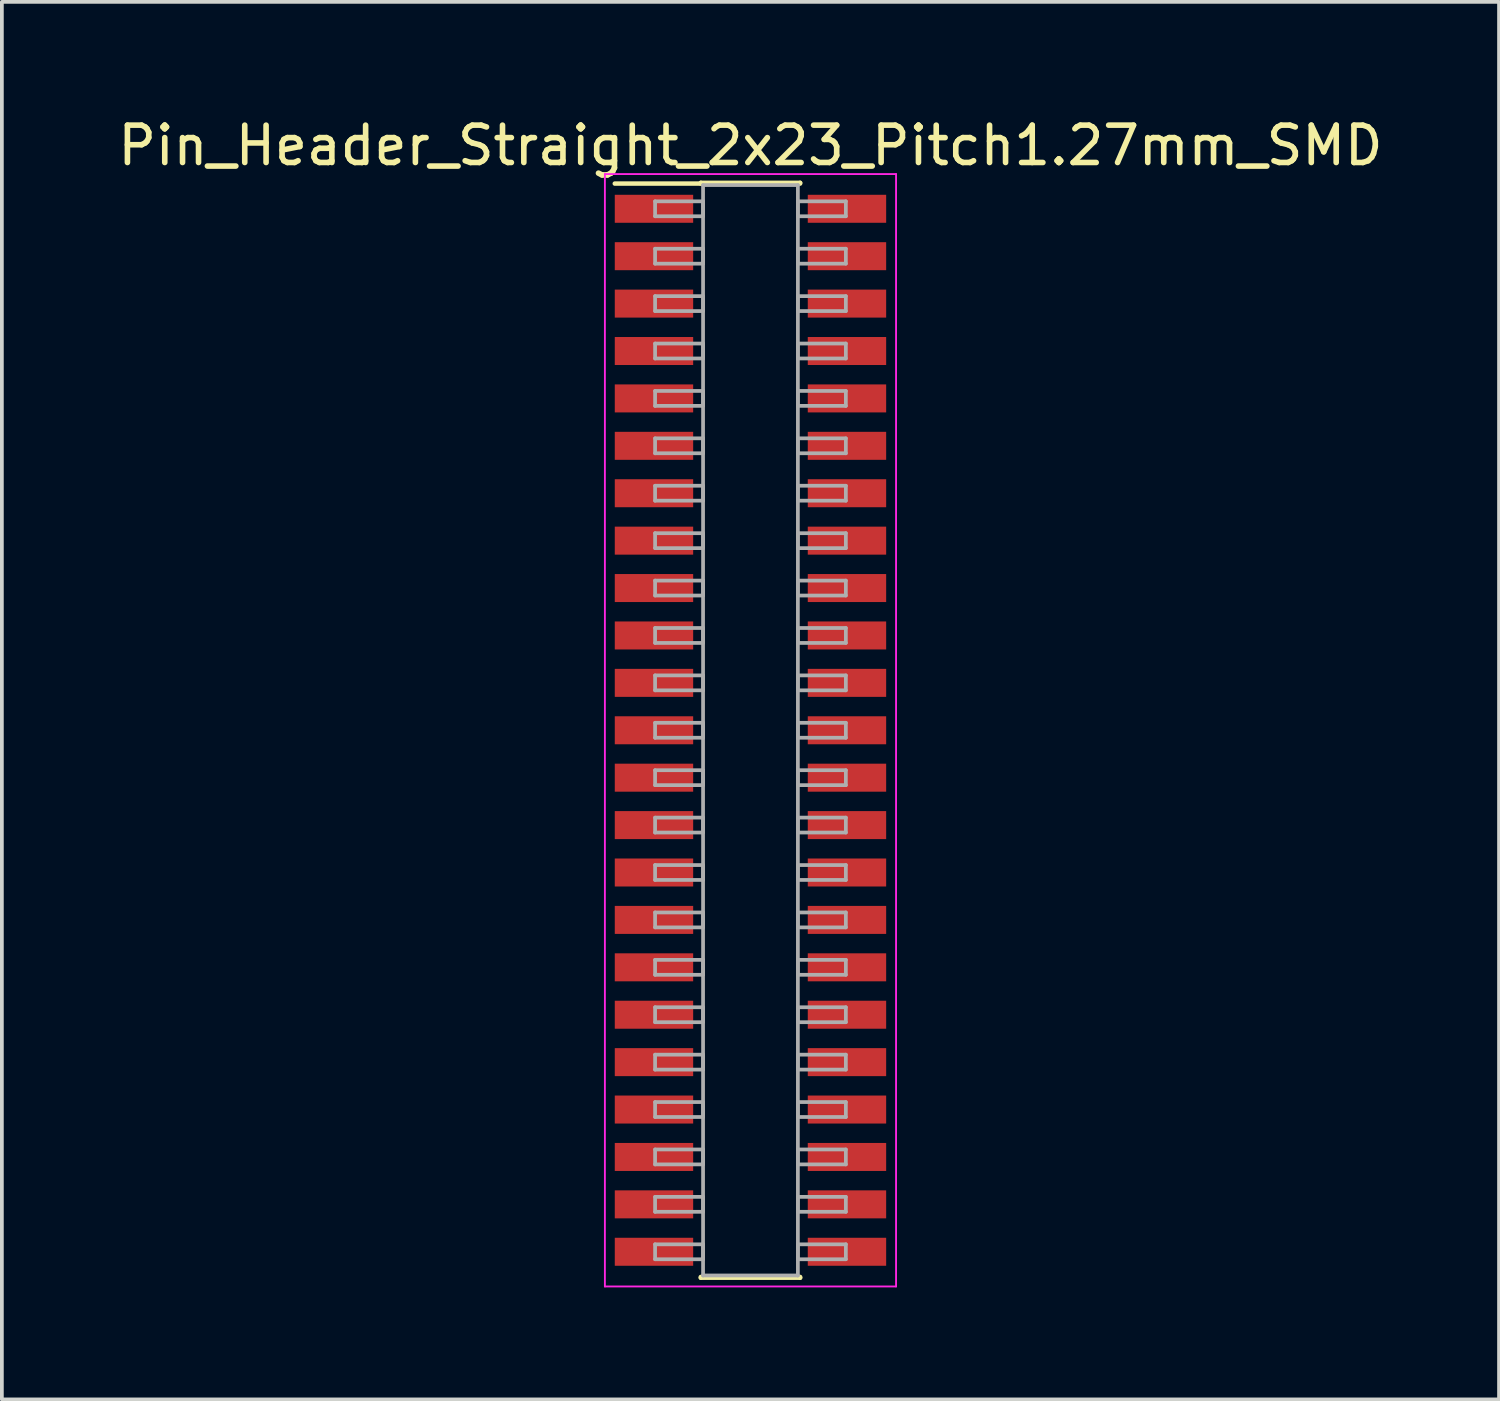
<source format=kicad_pcb>
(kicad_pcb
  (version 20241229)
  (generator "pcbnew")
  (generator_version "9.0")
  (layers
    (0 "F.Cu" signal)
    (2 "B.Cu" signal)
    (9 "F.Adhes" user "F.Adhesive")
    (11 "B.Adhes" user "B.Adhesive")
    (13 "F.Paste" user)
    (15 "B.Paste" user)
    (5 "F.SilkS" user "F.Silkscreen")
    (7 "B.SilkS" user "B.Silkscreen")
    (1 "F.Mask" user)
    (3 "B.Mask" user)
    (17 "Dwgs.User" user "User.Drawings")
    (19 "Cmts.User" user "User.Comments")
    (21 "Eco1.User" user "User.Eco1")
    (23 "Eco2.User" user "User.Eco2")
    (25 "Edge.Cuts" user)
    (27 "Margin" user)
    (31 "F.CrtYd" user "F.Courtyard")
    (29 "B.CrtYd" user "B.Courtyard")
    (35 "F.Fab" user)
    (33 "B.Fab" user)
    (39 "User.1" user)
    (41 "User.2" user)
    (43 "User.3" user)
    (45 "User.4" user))
  (footprint "Pin_Header_Straight_2x23_Pitch1.27mm_SMD"
    (layer "F.Cu")
    (at 17.054 16.513)
    (property "Reference" "Pin_Header_Straight_2x23_Pitch1.27mm_SMD" (at 0 -15.665 0) (layer "F.SilkS") (effects (font (size 1 1) (thickness 0.15))))
    (attr smd)
    (fp_line (start -3.635 -14.645) (end -1.33 -14.645) (stroke (width 0.12) (type solid)) (layer "F.SilkS"))
    (fp_line (start -1.33 -14.665) (end 1.33 -14.665) (stroke (width 0.12) (type solid)) (layer "F.SilkS"))
    (fp_line (start -1.33 -14.645) (end -1.33 -14.665) (stroke (width 0.12) (type solid)) (layer "F.SilkS"))
    (fp_line (start -1.33 14.645) (end -1.33 14.665) (stroke (width 0.12) (type solid)) (layer "F.SilkS"))
    (fp_line (start -1.33 14.665) (end 1.33 14.665) (stroke (width 0.12) (type solid)) (layer "F.SilkS"))
    (fp_line (start 1.33 -14.665) (end 1.33 -14.645) (stroke (width 0.12) (type solid)) (layer "F.SilkS"))
    (fp_line (start 1.33 14.665) (end 1.33 14.645) (stroke (width 0.12) (type solid)) (layer "F.SilkS"))
    (fp_line (start -3.9 -14.9) (end -3.9 14.9) (stroke (width 0.05) (type solid)) (layer "F.CrtYd"))
    (fp_line (start -3.9 14.9) (end 3.9 14.9) (stroke (width 0.05) (type solid)) (layer "F.CrtYd"))
    (fp_line (start 3.9 -14.9) (end -3.9 -14.9) (stroke (width 0.05) (type solid)) (layer "F.CrtYd"))
    (fp_line (start 3.9 14.9) (end 3.9 -14.9) (stroke (width 0.05) (type solid)) (layer "F.CrtYd"))
    (fp_line (start -2.555 -14.17) (end -1.27 -14.17) (stroke (width 0.1) (type solid)) (layer "F.Fab"))
    (fp_line (start -2.555 -13.77) (end -2.555 -14.17) (stroke (width 0.1) (type solid)) (layer "F.Fab"))
    (fp_line (start -2.555 -12.9) (end -1.27 -12.9) (stroke (width 0.1) (type solid)) (layer "F.Fab"))
    (fp_line (start -2.555 -12.5) (end -2.555 -12.9) (stroke (width 0.1) (type solid)) (layer "F.Fab"))
    (fp_line (start -2.555 -11.63) (end -1.27 -11.63) (stroke (width 0.1) (type solid)) (layer "F.Fab"))
    (fp_line (start -2.555 -11.23) (end -2.555 -11.63) (stroke (width 0.1) (type solid)) (layer "F.Fab"))
    (fp_line (start -2.555 -10.36) (end -1.27 -10.36) (stroke (width 0.1) (type solid)) (layer "F.Fab"))
    (fp_line (start -2.555 -9.96) (end -2.555 -10.36) (stroke (width 0.1) (type solid)) (layer "F.Fab"))
    (fp_line (start -2.555 -9.09) (end -1.27 -9.09) (stroke (width 0.1) (type solid)) (layer "F.Fab"))
    (fp_line (start -2.555 -8.69) (end -2.555 -9.09) (stroke (width 0.1) (type solid)) (layer "F.Fab"))
    (fp_line (start -2.555 -7.82) (end -1.27 -7.82) (stroke (width 0.1) (type solid)) (layer "F.Fab"))
    (fp_line (start -2.555 -7.42) (end -2.555 -7.82) (stroke (width 0.1) (type solid)) (layer "F.Fab"))
    (fp_line (start -2.555 -6.55) (end -1.27 -6.55) (stroke (width 0.1) (type solid)) (layer "F.Fab"))
    (fp_line (start -2.555 -6.15) (end -2.555 -6.55) (stroke (width 0.1) (type solid)) (layer "F.Fab"))
    (fp_line (start -2.555 -5.28) (end -1.27 -5.28) (stroke (width 0.1) (type solid)) (layer "F.Fab"))
    (fp_line (start -2.555 -4.88) (end -2.555 -5.28) (stroke (width 0.1) (type solid)) (layer "F.Fab"))
    (fp_line (start -2.555 -4.01) (end -1.27 -4.01) (stroke (width 0.1) (type solid)) (layer "F.Fab"))
    (fp_line (start -2.555 -3.61) (end -2.555 -4.01) (stroke (width 0.1) (type solid)) (layer "F.Fab"))
    (fp_line (start -2.555 -2.74) (end -1.27 -2.74) (stroke (width 0.1) (type solid)) (layer "F.Fab"))
    (fp_line (start -2.555 -2.34) (end -2.555 -2.74) (stroke (width 0.1) (type solid)) (layer "F.Fab"))
    (fp_line (start -2.555 -1.47) (end -1.27 -1.47) (stroke (width 0.1) (type solid)) (layer "F.Fab"))
    (fp_line (start -2.555 -1.07) (end -2.555 -1.47) (stroke (width 0.1) (type solid)) (layer "F.Fab"))
    (fp_line (start -2.555 -0.2) (end -1.27 -0.2) (stroke (width 0.1) (type solid)) (layer "F.Fab"))
    (fp_line (start -2.555 0.2) (end -2.555 -0.2) (stroke (width 0.1) (type solid)) (layer "F.Fab"))
    (fp_line (start -2.555 1.07) (end -1.27 1.07) (stroke (width 0.1) (type solid)) (layer "F.Fab"))
    (fp_line (start -2.555 1.47) (end -2.555 1.07) (stroke (width 0.1) (type solid)) (layer "F.Fab"))
    (fp_line (start -2.555 2.34) (end -1.27 2.34) (stroke (width 0.1) (type solid)) (layer "F.Fab"))
    (fp_line (start -2.555 2.74) (end -2.555 2.34) (stroke (width 0.1) (type solid)) (layer "F.Fab"))
    (fp_line (start -2.555 3.61) (end -1.27 3.61) (stroke (width 0.1) (type solid)) (layer "F.Fab"))
    (fp_line (start -2.555 4.01) (end -2.555 3.61) (stroke (width 0.1) (type solid)) (layer "F.Fab"))
    (fp_line (start -2.555 4.88) (end -1.27 4.88) (stroke (width 0.1) (type solid)) (layer "F.Fab"))
    (fp_line (start -2.555 5.28) (end -2.555 4.88) (stroke (width 0.1) (type solid)) (layer "F.Fab"))
    (fp_line (start -2.555 6.15) (end -1.27 6.15) (stroke (width 0.1) (type solid)) (layer "F.Fab"))
    (fp_line (start -2.555 6.55) (end -2.555 6.15) (stroke (width 0.1) (type solid)) (layer "F.Fab"))
    (fp_line (start -2.555 7.42) (end -1.27 7.42) (stroke (width 0.1) (type solid)) (layer "F.Fab"))
    (fp_line (start -2.555 7.82) (end -2.555 7.42) (stroke (width 0.1) (type solid)) (layer "F.Fab"))
    (fp_line (start -2.555 8.69) (end -1.27 8.69) (stroke (width 0.1) (type solid)) (layer "F.Fab"))
    (fp_line (start -2.555 9.09) (end -2.555 8.69) (stroke (width 0.1) (type solid)) (layer "F.Fab"))
    (fp_line (start -2.555 9.96) (end -1.27 9.96) (stroke (width 0.1) (type solid)) (layer "F.Fab"))
    (fp_line (start -2.555 10.36) (end -2.555 9.96) (stroke (width 0.1) (type solid)) (layer "F.Fab"))
    (fp_line (start -2.555 11.23) (end -1.27 11.23) (stroke (width 0.1) (type solid)) (layer "F.Fab"))
    (fp_line (start -2.555 11.63) (end -2.555 11.23) (stroke (width 0.1) (type solid)) (layer "F.Fab"))
    (fp_line (start -2.555 12.5) (end -1.27 12.5) (stroke (width 0.1) (type solid)) (layer "F.Fab"))
    (fp_line (start -2.555 12.9) (end -2.555 12.5) (stroke (width 0.1) (type solid)) (layer "F.Fab"))
    (fp_line (start -2.555 13.77) (end -1.27 13.77) (stroke (width 0.1) (type solid)) (layer "F.Fab"))
    (fp_line (start -2.555 14.17) (end -2.555 13.77) (stroke (width 0.1) (type solid)) (layer "F.Fab"))
    (fp_line (start -1.27 -14.605) (end -1.27 14.605) (stroke (width 0.1) (type solid)) (layer "F.Fab"))
    (fp_line (start -1.27 -14.17) (end -1.27 -13.77) (stroke (width 0.1) (type solid)) (layer "F.Fab"))
    (fp_line (start -1.27 -13.77) (end -2.555 -13.77) (stroke (width 0.1) (type solid)) (layer "F.Fab"))
    (fp_line (start -1.27 -12.9) (end -1.27 -12.5) (stroke (width 0.1) (type solid)) (layer "F.Fab"))
    (fp_line (start -1.27 -12.5) (end -2.555 -12.5) (stroke (width 0.1) (type solid)) (layer "F.Fab"))
    (fp_line (start -1.27 -11.63) (end -1.27 -11.23) (stroke (width 0.1) (type solid)) (layer "F.Fab"))
    (fp_line (start -1.27 -11.23) (end -2.555 -11.23) (stroke (width 0.1) (type solid)) (layer "F.Fab"))
    (fp_line (start -1.27 -10.36) (end -1.27 -9.96) (stroke (width 0.1) (type solid)) (layer "F.Fab"))
    (fp_line (start -1.27 -9.96) (end -2.555 -9.96) (stroke (width 0.1) (type solid)) (layer "F.Fab"))
    (fp_line (start -1.27 -9.09) (end -1.27 -8.69) (stroke (width 0.1) (type solid)) (layer "F.Fab"))
    (fp_line (start -1.27 -8.69) (end -2.555 -8.69) (stroke (width 0.1) (type solid)) (layer "F.Fab"))
    (fp_line (start -1.27 -7.82) (end -1.27 -7.42) (stroke (width 0.1) (type solid)) (layer "F.Fab"))
    (fp_line (start -1.27 -7.42) (end -2.555 -7.42) (stroke (width 0.1) (type solid)) (layer "F.Fab"))
    (fp_line (start -1.27 -6.55) (end -1.27 -6.15) (stroke (width 0.1) (type solid)) (layer "F.Fab"))
    (fp_line (start -1.27 -6.15) (end -2.555 -6.15) (stroke (width 0.1) (type solid)) (layer "F.Fab"))
    (fp_line (start -1.27 -5.28) (end -1.27 -4.88) (stroke (width 0.1) (type solid)) (layer "F.Fab"))
    (fp_line (start -1.27 -4.88) (end -2.555 -4.88) (stroke (width 0.1) (type solid)) (layer "F.Fab"))
    (fp_line (start -1.27 -4.01) (end -1.27 -3.61) (stroke (width 0.1) (type solid)) (layer "F.Fab"))
    (fp_line (start -1.27 -3.61) (end -2.555 -3.61) (stroke (width 0.1) (type solid)) (layer "F.Fab"))
    (fp_line (start -1.27 -2.74) (end -1.27 -2.34) (stroke (width 0.1) (type solid)) (layer "F.Fab"))
    (fp_line (start -1.27 -2.34) (end -2.555 -2.34) (stroke (width 0.1) (type solid)) (layer "F.Fab"))
    (fp_line (start -1.27 -1.47) (end -1.27 -1.07) (stroke (width 0.1) (type solid)) (layer "F.Fab"))
    (fp_line (start -1.27 -1.07) (end -2.555 -1.07) (stroke (width 0.1) (type solid)) (layer "F.Fab"))
    (fp_line (start -1.27 -0.2) (end -1.27 0.2) (stroke (width 0.1) (type solid)) (layer "F.Fab"))
    (fp_line (start -1.27 0.2) (end -2.555 0.2) (stroke (width 0.1) (type solid)) (layer "F.Fab"))
    (fp_line (start -1.27 1.07) (end -1.27 1.47) (stroke (width 0.1) (type solid)) (layer "F.Fab"))
    (fp_line (start -1.27 1.47) (end -2.555 1.47) (stroke (width 0.1) (type solid)) (layer "F.Fab"))
    (fp_line (start -1.27 2.34) (end -1.27 2.74) (stroke (width 0.1) (type solid)) (layer "F.Fab"))
    (fp_line (start -1.27 2.74) (end -2.555 2.74) (stroke (width 0.1) (type solid)) (layer "F.Fab"))
    (fp_line (start -1.27 3.61) (end -1.27 4.01) (stroke (width 0.1) (type solid)) (layer "F.Fab"))
    (fp_line (start -1.27 4.01) (end -2.555 4.01) (stroke (width 0.1) (type solid)) (layer "F.Fab"))
    (fp_line (start -1.27 4.88) (end -1.27 5.28) (stroke (width 0.1) (type solid)) (layer "F.Fab"))
    (fp_line (start -1.27 5.28) (end -2.555 5.28) (stroke (width 0.1) (type solid)) (layer "F.Fab"))
    (fp_line (start -1.27 6.15) (end -1.27 6.55) (stroke (width 0.1) (type solid)) (layer "F.Fab"))
    (fp_line (start -1.27 6.55) (end -2.555 6.55) (stroke (width 0.1) (type solid)) (layer "F.Fab"))
    (fp_line (start -1.27 7.42) (end -1.27 7.82) (stroke (width 0.1) (type solid)) (layer "F.Fab"))
    (fp_line (start -1.27 7.82) (end -2.555 7.82) (stroke (width 0.1) (type solid)) (layer "F.Fab"))
    (fp_line (start -1.27 8.69) (end -1.27 9.09) (stroke (width 0.1) (type solid)) (layer "F.Fab"))
    (fp_line (start -1.27 9.09) (end -2.555 9.09) (stroke (width 0.1) (type solid)) (layer "F.Fab"))
    (fp_line (start -1.27 9.96) (end -1.27 10.36) (stroke (width 0.1) (type solid)) (layer "F.Fab"))
    (fp_line (start -1.27 10.36) (end -2.555 10.36) (stroke (width 0.1) (type solid)) (layer "F.Fab"))
    (fp_line (start -1.27 11.23) (end -1.27 11.63) (stroke (width 0.1) (type solid)) (layer "F.Fab"))
    (fp_line (start -1.27 11.63) (end -2.555 11.63) (stroke (width 0.1) (type solid)) (layer "F.Fab"))
    (fp_line (start -1.27 12.5) (end -1.27 12.9) (stroke (width 0.1) (type solid)) (layer "F.Fab"))
    (fp_line (start -1.27 12.9) (end -2.555 12.9) (stroke (width 0.1) (type solid)) (layer "F.Fab"))
    (fp_line (start -1.27 13.77) (end -1.27 14.17) (stroke (width 0.1) (type solid)) (layer "F.Fab"))
    (fp_line (start -1.27 14.17) (end -2.555 14.17) (stroke (width 0.1) (type solid)) (layer "F.Fab"))
    (fp_line (start -1.27 14.605) (end 1.27 14.605) (stroke (width 0.1) (type solid)) (layer "F.Fab"))
    (fp_line (start 1.27 -14.605) (end -1.27 -14.605) (stroke (width 0.1) (type solid)) (layer "F.Fab"))
    (fp_line (start 1.27 -14.17) (end 1.27 -13.77) (stroke (width 0.1) (type solid)) (layer "F.Fab"))
    (fp_line (start 1.27 -13.77) (end 2.555 -13.77) (stroke (width 0.1) (type solid)) (layer "F.Fab"))
    (fp_line (start 1.27 -12.9) (end 1.27 -12.5) (stroke (width 0.1) (type solid)) (layer "F.Fab"))
    (fp_line (start 1.27 -12.5) (end 2.555 -12.5) (stroke (width 0.1) (type solid)) (layer "F.Fab"))
    (fp_line (start 1.27 -11.63) (end 1.27 -11.23) (stroke (width 0.1) (type solid)) (layer "F.Fab"))
    (fp_line (start 1.27 -11.23) (end 2.555 -11.23) (stroke (width 0.1) (type solid)) (layer "F.Fab"))
    (fp_line (start 1.27 -10.36) (end 1.27 -9.96) (stroke (width 0.1) (type solid)) (layer "F.Fab"))
    (fp_line (start 1.27 -9.96) (end 2.555 -9.96) (stroke (width 0.1) (type solid)) (layer "F.Fab"))
    (fp_line (start 1.27 -9.09) (end 1.27 -8.69) (stroke (width 0.1) (type solid)) (layer "F.Fab"))
    (fp_line (start 1.27 -8.69) (end 2.555 -8.69) (stroke (width 0.1) (type solid)) (layer "F.Fab"))
    (fp_line (start 1.27 -7.82) (end 1.27 -7.42) (stroke (width 0.1) (type solid)) (layer "F.Fab"))
    (fp_line (start 1.27 -7.42) (end 2.555 -7.42) (stroke (width 0.1) (type solid)) (layer "F.Fab"))
    (fp_line (start 1.27 -6.55) (end 1.27 -6.15) (stroke (width 0.1) (type solid)) (layer "F.Fab"))
    (fp_line (start 1.27 -6.15) (end 2.555 -6.15) (stroke (width 0.1) (type solid)) (layer "F.Fab"))
    (fp_line (start 1.27 -5.28) (end 1.27 -4.88) (stroke (width 0.1) (type solid)) (layer "F.Fab"))
    (fp_line (start 1.27 -4.88) (end 2.555 -4.88) (stroke (width 0.1) (type solid)) (layer "F.Fab"))
    (fp_line (start 1.27 -4.01) (end 1.27 -3.61) (stroke (width 0.1) (type solid)) (layer "F.Fab"))
    (fp_line (start 1.27 -3.61) (end 2.555 -3.61) (stroke (width 0.1) (type solid)) (layer "F.Fab"))
    (fp_line (start 1.27 -2.74) (end 1.27 -2.34) (stroke (width 0.1) (type solid)) (layer "F.Fab"))
    (fp_line (start 1.27 -2.34) (end 2.555 -2.34) (stroke (width 0.1) (type solid)) (layer "F.Fab"))
    (fp_line (start 1.27 -1.47) (end 1.27 -1.07) (stroke (width 0.1) (type solid)) (layer "F.Fab"))
    (fp_line (start 1.27 -1.07) (end 2.555 -1.07) (stroke (width 0.1) (type solid)) (layer "F.Fab"))
    (fp_line (start 1.27 -0.2) (end 1.27 0.2) (stroke (width 0.1) (type solid)) (layer "F.Fab"))
    (fp_line (start 1.27 0.2) (end 2.555 0.2) (stroke (width 0.1) (type solid)) (layer "F.Fab"))
    (fp_line (start 1.27 1.07) (end 1.27 1.47) (stroke (width 0.1) (type solid)) (layer "F.Fab"))
    (fp_line (start 1.27 1.47) (end 2.555 1.47) (stroke (width 0.1) (type solid)) (layer "F.Fab"))
    (fp_line (start 1.27 2.34) (end 1.27 2.74) (stroke (width 0.1) (type solid)) (layer "F.Fab"))
    (fp_line (start 1.27 2.74) (end 2.555 2.74) (stroke (width 0.1) (type solid)) (layer "F.Fab"))
    (fp_line (start 1.27 3.61) (end 1.27 4.01) (stroke (width 0.1) (type solid)) (layer "F.Fab"))
    (fp_line (start 1.27 4.01) (end 2.555 4.01) (stroke (width 0.1) (type solid)) (layer "F.Fab"))
    (fp_line (start 1.27 4.88) (end 1.27 5.28) (stroke (width 0.1) (type solid)) (layer "F.Fab"))
    (fp_line (start 1.27 5.28) (end 2.555 5.28) (stroke (width 0.1) (type solid)) (layer "F.Fab"))
    (fp_line (start 1.27 6.15) (end 1.27 6.55) (stroke (width 0.1) (type solid)) (layer "F.Fab"))
    (fp_line (start 1.27 6.55) (end 2.555 6.55) (stroke (width 0.1) (type solid)) (layer "F.Fab"))
    (fp_line (start 1.27 7.42) (end 1.27 7.82) (stroke (width 0.1) (type solid)) (layer "F.Fab"))
    (fp_line (start 1.27 7.82) (end 2.555 7.82) (stroke (width 0.1) (type solid)) (layer "F.Fab"))
    (fp_line (start 1.27 8.69) (end 1.27 9.09) (stroke (width 0.1) (type solid)) (layer "F.Fab"))
    (fp_line (start 1.27 9.09) (end 2.555 9.09) (stroke (width 0.1) (type solid)) (layer "F.Fab"))
    (fp_line (start 1.27 9.96) (end 1.27 10.36) (stroke (width 0.1) (type solid)) (layer "F.Fab"))
    (fp_line (start 1.27 10.36) (end 2.555 10.36) (stroke (width 0.1) (type solid)) (layer "F.Fab"))
    (fp_line (start 1.27 11.23) (end 1.27 11.63) (stroke (width 0.1) (type solid)) (layer "F.Fab"))
    (fp_line (start 1.27 11.63) (end 2.555 11.63) (stroke (width 0.1) (type solid)) (layer "F.Fab"))
    (fp_line (start 1.27 12.5) (end 1.27 12.9) (stroke (width 0.1) (type solid)) (layer "F.Fab"))
    (fp_line (start 1.27 12.9) (end 2.555 12.9) (stroke (width 0.1) (type solid)) (layer "F.Fab"))
    (fp_line (start 1.27 13.77) (end 1.27 14.17) (stroke (width 0.1) (type solid)) (layer "F.Fab"))
    (fp_line (start 1.27 14.17) (end 2.555 14.17) (stroke (width 0.1) (type solid)) (layer "F.Fab"))
    (fp_line (start 1.27 14.605) (end 1.27 -14.605) (stroke (width 0.1) (type solid)) (layer "F.Fab"))
    (fp_line (start 2.555 -14.17) (end 1.27 -14.17) (stroke (width 0.1) (type solid)) (layer "F.Fab"))
    (fp_line (start 2.555 -13.77) (end 2.555 -14.17) (stroke (width 0.1) (type solid)) (layer "F.Fab"))
    (fp_line (start 2.555 -12.9) (end 1.27 -12.9) (stroke (width 0.1) (type solid)) (layer "F.Fab"))
    (fp_line (start 2.555 -12.5) (end 2.555 -12.9) (stroke (width 0.1) (type solid)) (layer "F.Fab"))
    (fp_line (start 2.555 -11.63) (end 1.27 -11.63) (stroke (width 0.1) (type solid)) (layer "F.Fab"))
    (fp_line (start 2.555 -11.23) (end 2.555 -11.63) (stroke (width 0.1) (type solid)) (layer "F.Fab"))
    (fp_line (start 2.555 -10.36) (end 1.27 -10.36) (stroke (width 0.1) (type solid)) (layer "F.Fab"))
    (fp_line (start 2.555 -9.96) (end 2.555 -10.36) (stroke (width 0.1) (type solid)) (layer "F.Fab"))
    (fp_line (start 2.555 -9.09) (end 1.27 -9.09) (stroke (width 0.1) (type solid)) (layer "F.Fab"))
    (fp_line (start 2.555 -8.69) (end 2.555 -9.09) (stroke (width 0.1) (type solid)) (layer "F.Fab"))
    (fp_line (start 2.555 -7.82) (end 1.27 -7.82) (stroke (width 0.1) (type solid)) (layer "F.Fab"))
    (fp_line (start 2.555 -7.42) (end 2.555 -7.82) (stroke (width 0.1) (type solid)) (layer "F.Fab"))
    (fp_line (start 2.555 -6.55) (end 1.27 -6.55) (stroke (width 0.1) (type solid)) (layer "F.Fab"))
    (fp_line (start 2.555 -6.15) (end 2.555 -6.55) (stroke (width 0.1) (type solid)) (layer "F.Fab"))
    (fp_line (start 2.555 -5.28) (end 1.27 -5.28) (stroke (width 0.1) (type solid)) (layer "F.Fab"))
    (fp_line (start 2.555 -4.88) (end 2.555 -5.28) (stroke (width 0.1) (type solid)) (layer "F.Fab"))
    (fp_line (start 2.555 -4.01) (end 1.27 -4.01) (stroke (width 0.1) (type solid)) (layer "F.Fab"))
    (fp_line (start 2.555 -3.61) (end 2.555 -4.01) (stroke (width 0.1) (type solid)) (layer "F.Fab"))
    (fp_line (start 2.555 -2.74) (end 1.27 -2.74) (stroke (width 0.1) (type solid)) (layer "F.Fab"))
    (fp_line (start 2.555 -2.34) (end 2.555 -2.74) (stroke (width 0.1) (type solid)) (layer "F.Fab"))
    (fp_line (start 2.555 -1.47) (end 1.27 -1.47) (stroke (width 0.1) (type solid)) (layer "F.Fab"))
    (fp_line (start 2.555 -1.07) (end 2.555 -1.47) (stroke (width 0.1) (type solid)) (layer "F.Fab"))
    (fp_line (start 2.555 -0.2) (end 1.27 -0.2) (stroke (width 0.1) (type solid)) (layer "F.Fab"))
    (fp_line (start 2.555 0.2) (end 2.555 -0.2) (stroke (width 0.1) (type solid)) (layer "F.Fab"))
    (fp_line (start 2.555 1.07) (end 1.27 1.07) (stroke (width 0.1) (type solid)) (layer "F.Fab"))
    (fp_line (start 2.555 1.47) (end 2.555 1.07) (stroke (width 0.1) (type solid)) (layer "F.Fab"))
    (fp_line (start 2.555 2.34) (end 1.27 2.34) (stroke (width 0.1) (type solid)) (layer "F.Fab"))
    (fp_line (start 2.555 2.74) (end 2.555 2.34) (stroke (width 0.1) (type solid)) (layer "F.Fab"))
    (fp_line (start 2.555 3.61) (end 1.27 3.61) (stroke (width 0.1) (type solid)) (layer "F.Fab"))
    (fp_line (start 2.555 4.01) (end 2.555 3.61) (stroke (width 0.1) (type solid)) (layer "F.Fab"))
    (fp_line (start 2.555 4.88) (end 1.27 4.88) (stroke (width 0.1) (type solid)) (layer "F.Fab"))
    (fp_line (start 2.555 5.28) (end 2.555 4.88) (stroke (width 0.1) (type solid)) (layer "F.Fab"))
    (fp_line (start 2.555 6.15) (end 1.27 6.15) (stroke (width 0.1) (type solid)) (layer "F.Fab"))
    (fp_line (start 2.555 6.55) (end 2.555 6.15) (stroke (width 0.1) (type solid)) (layer "F.Fab"))
    (fp_line (start 2.555 7.42) (end 1.27 7.42) (stroke (width 0.1) (type solid)) (layer "F.Fab"))
    (fp_line (start 2.555 7.82) (end 2.555 7.42) (stroke (width 0.1) (type solid)) (layer "F.Fab"))
    (fp_line (start 2.555 8.69) (end 1.27 8.69) (stroke (width 0.1) (type solid)) (layer "F.Fab"))
    (fp_line (start 2.555 9.09) (end 2.555 8.69) (stroke (width 0.1) (type solid)) (layer "F.Fab"))
    (fp_line (start 2.555 9.96) (end 1.27 9.96) (stroke (width 0.1) (type solid)) (layer "F.Fab"))
    (fp_line (start 2.555 10.36) (end 2.555 9.96) (stroke (width 0.1) (type solid)) (layer "F.Fab"))
    (fp_line (start 2.555 11.23) (end 1.27 11.23) (stroke (width 0.1) (type solid)) (layer "F.Fab"))
    (fp_line (start 2.555 11.63) (end 2.555 11.23) (stroke (width 0.1) (type solid)) (layer "F.Fab"))
    (fp_line (start 2.555 12.5) (end 1.27 12.5) (stroke (width 0.1) (type solid)) (layer "F.Fab"))
    (fp_line (start 2.555 12.9) (end 2.555 12.5) (stroke (width 0.1) (type solid)) (layer "F.Fab"))
    (fp_line (start 2.555 13.77) (end 1.27 13.77) (stroke (width 0.1) (type solid)) (layer "F.Fab"))
    (fp_line (start 2.555 14.17) (end 2.555 13.77) (stroke (width 0.1) (type solid)) (layer "F.Fab"))
    (pad "1" smd rect (at -2.585 -13.97) (size 2.1 0.75) (layers "F.Cu" "F.Mask"))
    (pad "2" smd rect (at 2.585 -13.97) (size 2.1 0.75) (layers "F.Cu" "F.Mask"))
    (pad "3" smd rect (at -2.585 -12.7) (size 2.1 0.75) (layers "F.Cu" "F.Mask"))
    (pad "4" smd rect (at 2.585 -12.7) (size 2.1 0.75) (layers "F.Cu" "F.Mask"))
    (pad "5" smd rect (at -2.585 -11.43) (size 2.1 0.75) (layers "F.Cu" "F.Mask"))
    (pad "6" smd rect (at 2.585 -11.43) (size 2.1 0.75) (layers "F.Cu" "F.Mask"))
    (pad "7" smd rect (at -2.585 -10.16) (size 2.1 0.75) (layers "F.Cu" "F.Mask"))
    (pad "8" smd rect (at 2.585 -10.16) (size 2.1 0.75) (layers "F.Cu" "F.Mask"))
    (pad "9" smd rect (at -2.585 -8.89) (size 2.1 0.75) (layers "F.Cu" "F.Mask"))
    (pad "10" smd rect (at 2.585 -8.89) (size 2.1 0.75) (layers "F.Cu" "F.Mask"))
    (pad "11" smd rect (at -2.585 -7.62) (size 2.1 0.75) (layers "F.Cu" "F.Mask"))
    (pad "12" smd rect (at 2.585 -7.62) (size 2.1 0.75) (layers "F.Cu" "F.Mask"))
    (pad "13" smd rect (at -2.585 -6.35) (size 2.1 0.75) (layers "F.Cu" "F.Mask"))
    (pad "14" smd rect (at 2.585 -6.35) (size 2.1 0.75) (layers "F.Cu" "F.Mask"))
    (pad "15" smd rect (at -2.585 -5.08) (size 2.1 0.75) (layers "F.Cu" "F.Mask"))
    (pad "16" smd rect (at 2.585 -5.08) (size 2.1 0.75) (layers "F.Cu" "F.Mask"))
    (pad "17" smd rect (at -2.585 -3.81) (size 2.1 0.75) (layers "F.Cu" "F.Mask"))
    (pad "18" smd rect (at 2.585 -3.81) (size 2.1 0.75) (layers "F.Cu" "F.Mask"))
    (pad "19" smd rect (at -2.585 -2.54) (size 2.1 0.75) (layers "F.Cu" "F.Mask"))
    (pad "20" smd rect (at 2.585 -2.54) (size 2.1 0.75) (layers "F.Cu" "F.Mask"))
    (pad "21" smd rect (at -2.585 -1.27) (size 2.1 0.75) (layers "F.Cu" "F.Mask"))
    (pad "22" smd rect (at 2.585 -1.27) (size 2.1 0.75) (layers "F.Cu" "F.Mask"))
    (pad "23" smd rect (at -2.585 0) (size 2.1 0.75) (layers "F.Cu" "F.Mask"))
    (pad "24" smd rect (at 2.585 0) (size 2.1 0.75) (layers "F.Cu" "F.Mask"))
    (pad "25" smd rect (at -2.585 1.27) (size 2.1 0.75) (layers "F.Cu" "F.Mask"))
    (pad "26" smd rect (at 2.585 1.27) (size 2.1 0.75) (layers "F.Cu" "F.Mask"))
    (pad "27" smd rect (at -2.585 2.54) (size 2.1 0.75) (layers "F.Cu" "F.Mask"))
    (pad "28" smd rect (at 2.585 2.54) (size 2.1 0.75) (layers "F.Cu" "F.Mask"))
    (pad "29" smd rect (at -2.585 3.81) (size 2.1 0.75) (layers "F.Cu" "F.Mask"))
    (pad "30" smd rect (at 2.585 3.81) (size 2.1 0.75) (layers "F.Cu" "F.Mask"))
    (pad "31" smd rect (at -2.585 5.08) (size 2.1 0.75) (layers "F.Cu" "F.Mask"))
    (pad "32" smd rect (at 2.585 5.08) (size 2.1 0.75) (layers "F.Cu" "F.Mask"))
    (pad "33" smd rect (at -2.585 6.35) (size 2.1 0.75) (layers "F.Cu" "F.Mask"))
    (pad "34" smd rect (at 2.585 6.35) (size 2.1 0.75) (layers "F.Cu" "F.Mask"))
    (pad "35" smd rect (at -2.585 7.62) (size 2.1 0.75) (layers "F.Cu" "F.Mask"))
    (pad "36" smd rect (at 2.585 7.62) (size 2.1 0.75) (layers "F.Cu" "F.Mask"))
    (pad "37" smd rect (at -2.585 8.89) (size 2.1 0.75) (layers "F.Cu" "F.Mask"))
    (pad "38" smd rect (at 2.585 8.89) (size 2.1 0.75) (layers "F.Cu" "F.Mask"))
    (pad "39" smd rect (at -2.585 10.16) (size 2.1 0.75) (layers "F.Cu" "F.Mask"))
    (pad "40" smd rect (at 2.585 10.16) (size 2.1 0.75) (layers "F.Cu" "F.Mask"))
    (pad "41" smd rect (at -2.585 11.43) (size 2.1 0.75) (layers "F.Cu" "F.Mask"))
    (pad "42" smd rect (at 2.585 11.43) (size 2.1 0.75) (layers "F.Cu" "F.Mask"))
    (pad "43" smd rect (at -2.585 12.7) (size 2.1 0.75) (layers "F.Cu" "F.Mask"))
    (pad "44" smd rect (at 2.585 12.7) (size 2.1 0.75) (layers "F.Cu" "F.Mask"))
    (pad "45" smd rect (at -2.585 13.97) (size 2.1 0.75) (layers "F.Cu" "F.Mask"))
    (pad "46" smd rect (at 2.585 13.97) (size 2.1 0.75) (layers "F.Cu" "F.Mask")))
  (gr_rect
    (start -3 -3)
    (end 37.107 34.438)
    (stroke (width 0.1) (type default))
    (fill no)
    (layer "Edge.Cuts")))
</source>
